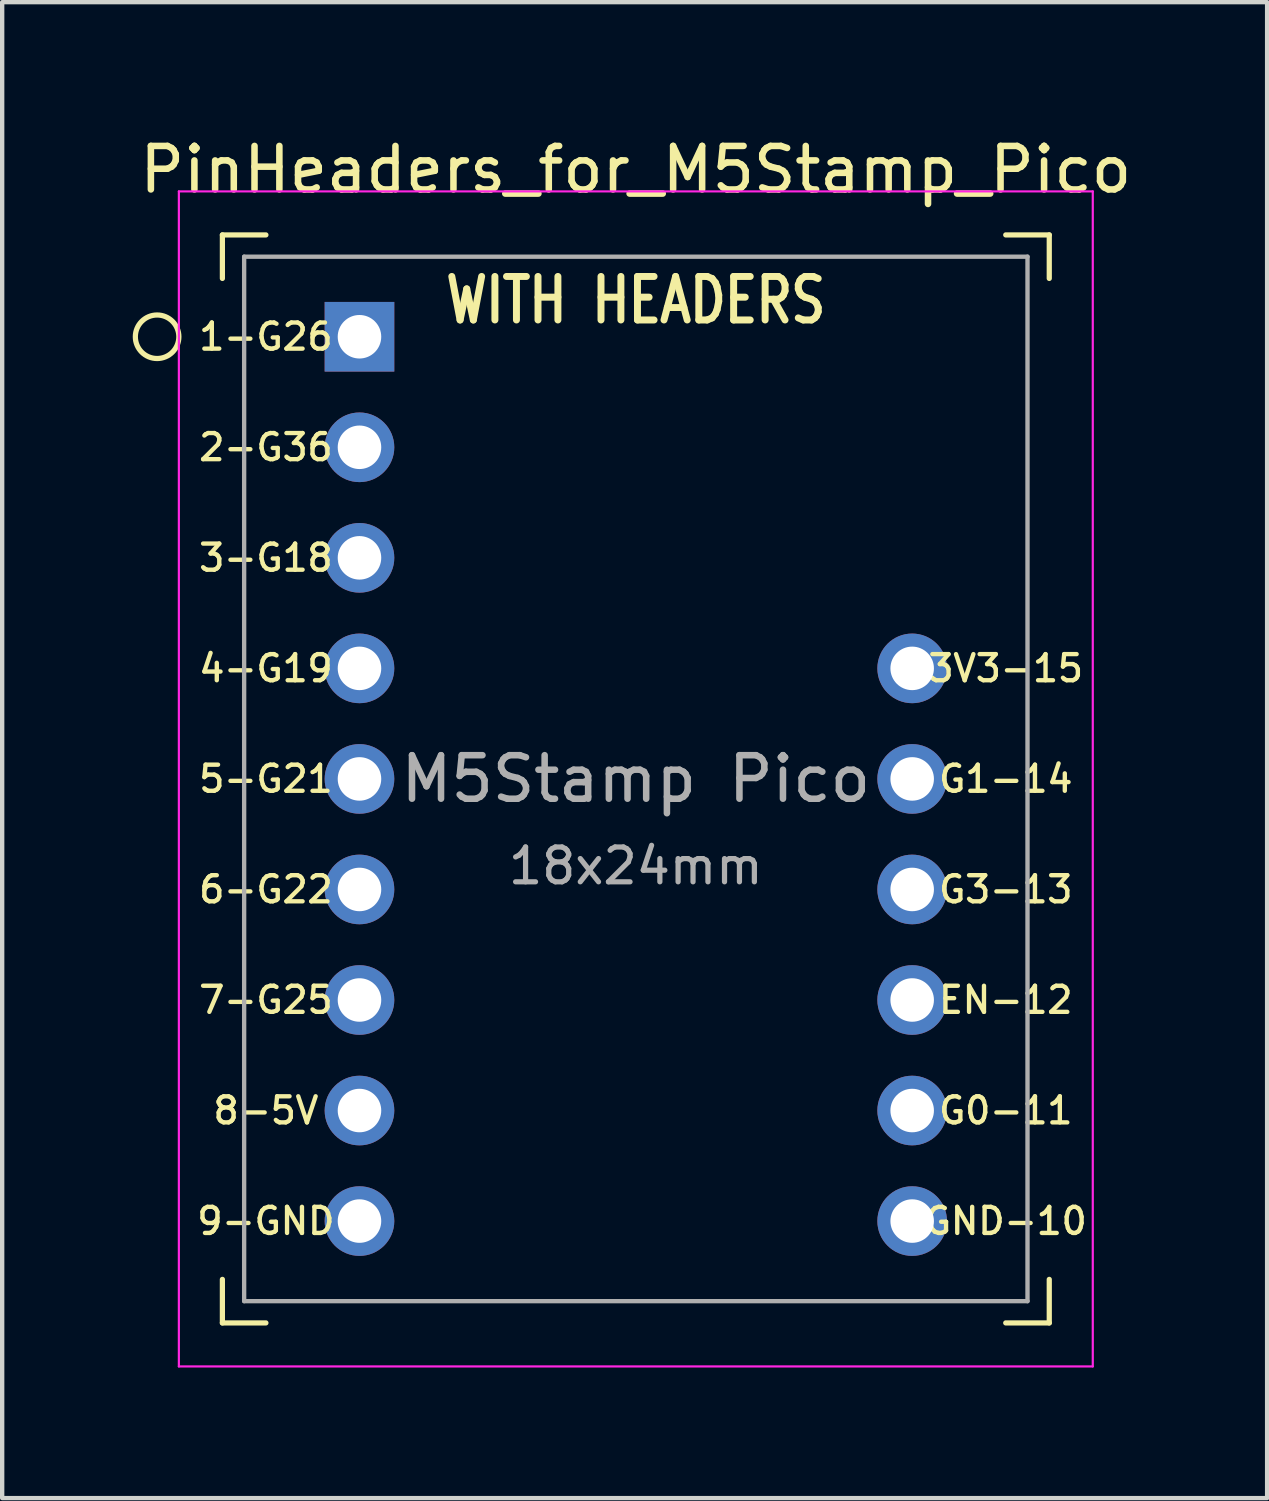
<source format=kicad_pcb>
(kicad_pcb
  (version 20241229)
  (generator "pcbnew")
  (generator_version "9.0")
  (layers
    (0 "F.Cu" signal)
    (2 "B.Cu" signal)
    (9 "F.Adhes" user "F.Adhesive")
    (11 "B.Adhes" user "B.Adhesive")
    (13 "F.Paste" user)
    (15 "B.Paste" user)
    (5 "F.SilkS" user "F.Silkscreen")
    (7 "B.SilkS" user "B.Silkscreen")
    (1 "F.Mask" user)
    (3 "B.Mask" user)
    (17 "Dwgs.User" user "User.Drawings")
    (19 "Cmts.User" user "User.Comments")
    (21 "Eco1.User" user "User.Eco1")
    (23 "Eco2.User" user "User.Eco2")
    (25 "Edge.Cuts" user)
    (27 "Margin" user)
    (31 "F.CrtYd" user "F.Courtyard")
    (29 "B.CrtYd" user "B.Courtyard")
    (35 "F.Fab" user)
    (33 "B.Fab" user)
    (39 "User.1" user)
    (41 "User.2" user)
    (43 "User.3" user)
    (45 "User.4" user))
  (footprint "PinHeaders_for_M5Stamp_Pico"
    (layer "F.Cu")
    (at 11.56 14.848)
    (property "Reference" "PinHeaders_for_M5Stamp_Pico" (at 0 -14 0) (layer "F.SilkS") (effects (font (size 1 1) (thickness 0.15))))
    (attr through_hole)
    (fp_line (start -9.5 -12.5) (end -8.5 -12.5) (stroke (width 0.12) (type solid)) (layer "F.SilkS"))
    (fp_line (start -9.5 -11.5) (end -9.5 -12.5) (stroke (width 0.12) (type solid)) (layer "F.SilkS"))
    (fp_line (start -9.5 12.5) (end -9.5 11.5) (stroke (width 0.12) (type solid)) (layer "F.SilkS"))
    (fp_line (start -8.5 12.5) (end -9.5 12.5) (stroke (width 0.12) (type solid)) (layer "F.SilkS"))
    (fp_line (start 9.5 -12.5) (end 8.5 -12.5) (stroke (width 0.12) (type solid)) (layer "F.SilkS"))
    (fp_line (start 9.5 -12.5) (end 9.5 -11.5) (stroke (width 0.12) (type solid)) (layer "F.SilkS"))
    (fp_line (start 9.5 11.5) (end 9.5 12.5) (stroke (width 0.12) (type solid)) (layer "F.SilkS"))
    (fp_line (start 9.5 12.5) (end 8.5 12.5) (stroke (width 0.12) (type solid)) (layer "F.SilkS"))
    (fp_circle (center -11 -10.16) (end -10.5 -10.16) (stroke (width 0.12) (type solid)) (fill no) (layer "F.SilkS"))
    (fp_line (start -10.5 -13.5) (end 10.5 -13.5) (stroke (width 0.05) (type solid)) (layer "F.CrtYd"))
    (fp_line (start -10.5 13.5) (end -10.5 -13.5) (stroke (width 0.05) (type solid)) (layer "F.CrtYd"))
    (fp_line (start 10.5 -13.5) (end 10.5 13.5) (stroke (width 0.05) (type solid)) (layer "F.CrtYd"))
    (fp_line (start 10.5 13.5) (end -10.5 13.5) (stroke (width 0.05) (type solid)) (layer "F.CrtYd"))
    (fp_line (start -9 -12) (end 9 -12) (stroke (width 0.1) (type solid)) (layer "F.Fab"))
    (fp_line (start -9 12) (end -9 -12) (stroke (width 0.1) (type solid)) (layer "F.Fab"))
    (fp_line (start 9 -12) (end 9 12) (stroke (width 0.1) (type solid)) (layer "F.Fab"))
    (fp_line (start 9 12) (end -9 12) (stroke (width 0.1) (type solid)) (layer "F.Fab"))
    (fp_text user "3V3-15" (at 8.5 -2.54 0) (layer "F.SilkS") (effects (font (size 0.6 0.6) (thickness 0.1))))
    (fp_text user "G0-11" (at 8.5 7.62 0) (layer "F.SilkS") (effects (font (size 0.6 0.6) (thickness 0.1))))
    (fp_text user "2-G36" (at -8.5 -7.62 0) (layer "F.SilkS") (effects (font (size 0.6 0.6) (thickness 0.1))))
    (fp_text user "6-G22" (at -8.5 2.54 0) (layer "F.SilkS") (effects (font (size 0.6 0.6) (thickness 0.1))))
    (fp_text user "5-G21" (at -8.5 0 0) (layer "F.SilkS") (effects (font (size 0.6 0.6) (thickness 0.1))))
    (fp_text user "8-5V" (at -8.5 7.62 0) (layer "F.SilkS") (effects (font (size 0.6 0.6) (thickness 0.1))))
    (fp_text user "GND-10" (at 8.5 10.16 0) (layer "F.SilkS") (effects (font (size 0.6 0.6) (thickness 0.1))))
    (fp_text user "EN-12" (at 8.5 5.08 0) (layer "F.SilkS") (effects (font (size 0.6 0.6) (thickness 0.1))))
    (fp_text user "4-G19" (at -8.5 -2.54 0) (layer "F.SilkS") (effects (font (size 0.6 0.6) (thickness 0.1))))
    (fp_text user "3-G18" (at -8.5 -5.08 0) (layer "F.SilkS") (effects (font (size 0.6 0.6) (thickness 0.1))))
    (fp_text user "7-G25" (at -8.5 5.08 0) (layer "F.SilkS") (effects (font (size 0.6 0.6) (thickness 0.1))))
    (fp_text user "G3-13" (at 8.5 2.54 0) (layer "F.SilkS") (effects (font (size 0.6 0.6) (thickness 0.1))))
    (fp_text user "9-GND" (at -8.5 10.16 0) (layer "F.SilkS") (effects (font (size 0.6 0.6) (thickness 0.1))))
    (fp_text user "G1-14" (at 8.5 0 0) (layer "F.SilkS") (effects (font (size 0.6 0.6) (thickness 0.1))))
    (fp_text user "WITH HEADERS" (at 0 -11 0) (layer "F.SilkS") (effects (font (size 1 0.8) (thickness 0.16) (bold yes))))
    (fp_text user "1-G26" (at -8.5 -10.16 0) (layer "F.SilkS") (effects (font (size 0.6 0.6) (thickness 0.1))))
    (fp_text user "18x24mm" (at 0 2 0) (layer "F.Fab") (effects (font (size 0.8 0.8) (thickness 0.12))))
    (fp_text user "M5Stamp Pico" (at 0 0 0) (layer "F.Fab") (effects (font (size 1 1) (thickness 0.15))))
    (pad "1" thru_hole rect (at -6.35 -10.16) (size 1.6 1.6) (drill 1) (layers "*.Cu" "*.Mask"))
    (pad "2" thru_hole circle (at -6.35 -7.62) (size 1.6 1.6) (drill 1) (layers "*.Cu" "*.Mask"))
    (pad "3" thru_hole circle (at -6.35 -5.08) (size 1.6 1.6) (drill 1) (layers "*.Cu" "*.Mask"))
    (pad "4" thru_hole circle (at -6.35 -2.54) (size 1.6 1.6) (drill 1) (layers "*.Cu" "*.Mask"))
    (pad "5" thru_hole circle (at -6.35 0) (size 1.6 1.6) (drill 1) (layers "*.Cu" "*.Mask"))
    (pad "6" thru_hole circle (at -6.35 2.54) (size 1.6 1.6) (drill 1) (layers "*.Cu" "*.Mask"))
    (pad "7" thru_hole circle (at -6.35 5.08) (size 1.6 1.6) (drill 1) (layers "*.Cu" "*.Mask"))
    (pad "8" thru_hole circle (at -6.35 7.62) (size 1.6 1.6) (drill 1) (layers "*.Cu" "*.Mask"))
    (pad "9" thru_hole circle (at -6.35 10.16) (size 1.6 1.6) (drill 1) (layers "*.Cu" "*.Mask"))
    (pad "10" thru_hole circle (at 6.35 10.16) (size 1.6 1.6) (drill 1) (layers "*.Cu" "*.Mask"))
    (pad "11" thru_hole circle (at 6.35 7.62) (size 1.6 1.6) (drill 1) (layers "*.Cu" "*.Mask"))
    (pad "12" thru_hole circle (at 6.35 5.08) (size 1.6 1.6) (drill 1) (layers "*.Cu" "*.Mask"))
    (pad "13" thru_hole circle (at 6.35 2.54) (size 1.6 1.6) (drill 1) (layers "*.Cu" "*.Mask"))
    (pad "14" thru_hole circle (at 6.35 0) (size 1.6 1.6) (drill 1) (layers "*.Cu" "*.Mask"))
    (pad "15" thru_hole circle (at 6.35 -2.54) (size 1.6 1.6) (drill 1) (layers "*.Cu" "*.Mask")))
  (gr_rect
    (start -3 -3)
    (end 26.066 31.373)
    (stroke (width 0.1) (type default))
    (fill no)
    (layer "Edge.Cuts")))
</source>
